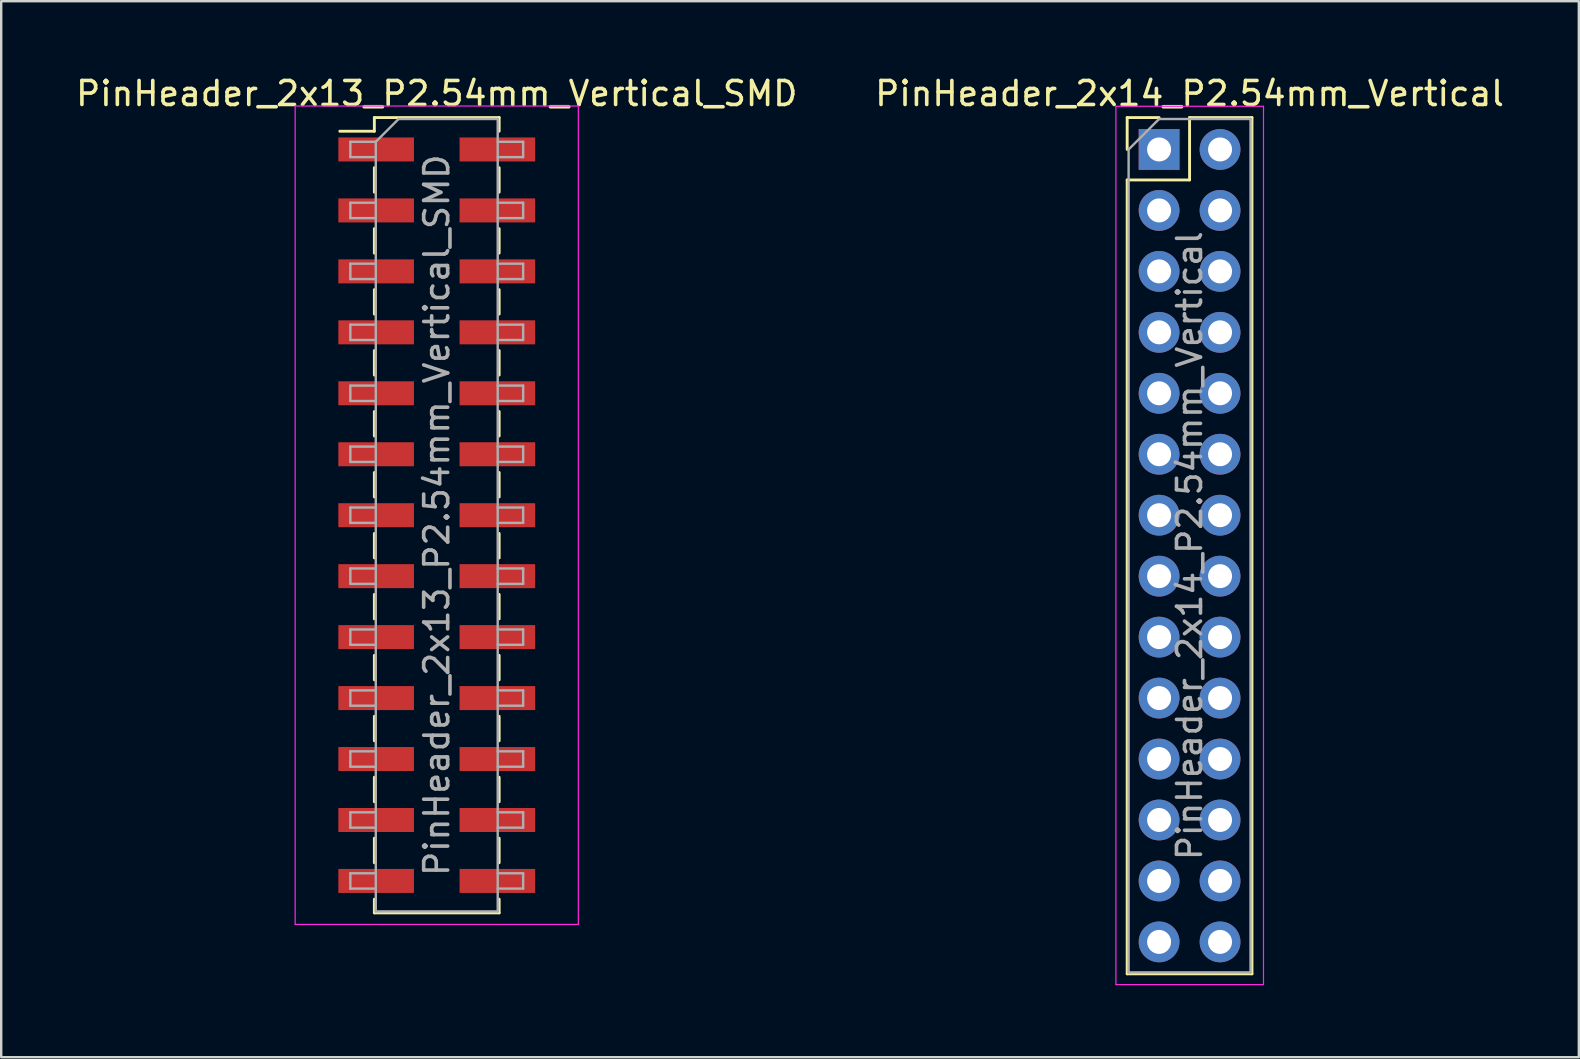
<source format=kicad_pcb>
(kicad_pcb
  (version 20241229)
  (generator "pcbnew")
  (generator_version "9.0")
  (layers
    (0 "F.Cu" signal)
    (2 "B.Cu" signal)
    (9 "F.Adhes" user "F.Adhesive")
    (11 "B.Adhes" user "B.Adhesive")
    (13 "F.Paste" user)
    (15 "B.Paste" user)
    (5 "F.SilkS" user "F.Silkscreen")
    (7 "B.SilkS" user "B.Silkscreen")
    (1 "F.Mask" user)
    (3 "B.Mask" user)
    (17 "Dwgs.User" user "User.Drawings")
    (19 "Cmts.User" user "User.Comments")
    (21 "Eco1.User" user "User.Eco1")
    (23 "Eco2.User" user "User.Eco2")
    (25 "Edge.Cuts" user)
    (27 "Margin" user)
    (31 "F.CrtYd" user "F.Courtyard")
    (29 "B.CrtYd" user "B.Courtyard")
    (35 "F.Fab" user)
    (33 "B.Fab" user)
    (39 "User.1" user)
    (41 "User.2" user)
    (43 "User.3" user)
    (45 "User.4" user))
  (footprint "PinHeader_2x14_P2.54mm_Vertical"
    (layer "F.Cu")
    (at 45.248 3.178)
    (property "Reference" "PinHeader_2x14_P2.54mm_Vertical" (at 1.27 -2.33 0) (layer "F.SilkS") (effects (font (size 1 1) (thickness 0.15))))
    (attr through_hole)
    (fp_line (start -1.33 -1.33) (end 0 -1.33) (stroke (width 0.12) (type solid)) (layer "F.SilkS"))
    (fp_line (start -1.33 0) (end -1.33 -1.33) (stroke (width 0.12) (type solid)) (layer "F.SilkS"))
    (fp_line (start -1.33 1.27) (end -1.33 34.35) (stroke (width 0.12) (type solid)) (layer "F.SilkS"))
    (fp_line (start -1.33 1.27) (end 1.27 1.27) (stroke (width 0.12) (type solid)) (layer "F.SilkS"))
    (fp_line (start -1.33 34.35) (end 3.87 34.35) (stroke (width 0.12) (type solid)) (layer "F.SilkS"))
    (fp_line (start 1.27 -1.33) (end 3.87 -1.33) (stroke (width 0.12) (type solid)) (layer "F.SilkS"))
    (fp_line (start 1.27 1.27) (end 1.27 -1.33) (stroke (width 0.12) (type solid)) (layer "F.SilkS"))
    (fp_line (start 3.87 -1.33) (end 3.87 34.35) (stroke (width 0.12) (type solid)) (layer "F.SilkS"))
    (fp_line (start -1.8 -1.8) (end -1.8 34.8) (stroke (width 0.05) (type solid)) (layer "F.CrtYd"))
    (fp_line (start -1.8 34.8) (end 4.35 34.8) (stroke (width 0.05) (type solid)) (layer "F.CrtYd"))
    (fp_line (start 4.35 -1.8) (end -1.8 -1.8) (stroke (width 0.05) (type solid)) (layer "F.CrtYd"))
    (fp_line (start 4.35 34.8) (end 4.35 -1.8) (stroke (width 0.05) (type solid)) (layer "F.CrtYd"))
    (fp_line (start -1.27 0) (end 0 -1.27) (stroke (width 0.1) (type solid)) (layer "F.Fab"))
    (fp_line (start -1.27 34.29) (end -1.27 0) (stroke (width 0.1) (type solid)) (layer "F.Fab"))
    (fp_line (start 0 -1.27) (end 3.81 -1.27) (stroke (width 0.1) (type solid)) (layer "F.Fab"))
    (fp_line (start 3.81 -1.27) (end 3.81 34.29) (stroke (width 0.1) (type solid)) (layer "F.Fab"))
    (fp_line (start 3.81 34.29) (end -1.27 34.29) (stroke (width 0.1) (type solid)) (layer "F.Fab"))
    (fp_text user "${REFERENCE}" (at 1.27 16.51 90) (layer "F.Fab") (effects (font (size 1 1) (thickness 0.15))))
    (pad "1" thru_hole rect (at 0 0) (size 1.7 1.7) (drill 1) (layers "*.Cu" "*.Mask"))
    (pad "2" thru_hole oval (at 2.54 0) (size 1.7 1.7) (drill 1) (layers "*.Cu" "*.Mask"))
    (pad "3" thru_hole oval (at 0 2.54) (size 1.7 1.7) (drill 1) (layers "*.Cu" "*.Mask"))
    (pad "4" thru_hole oval (at 2.54 2.54) (size 1.7 1.7) (drill 1) (layers "*.Cu" "*.Mask"))
    (pad "5" thru_hole oval (at 0 5.08) (size 1.7 1.7) (drill 1) (layers "*.Cu" "*.Mask"))
    (pad "6" thru_hole oval (at 2.54 5.08) (size 1.7 1.7) (drill 1) (layers "*.Cu" "*.Mask"))
    (pad "7" thru_hole oval (at 0 7.62) (size 1.7 1.7) (drill 1) (layers "*.Cu" "*.Mask"))
    (pad "8" thru_hole oval (at 2.54 7.62) (size 1.7 1.7) (drill 1) (layers "*.Cu" "*.Mask"))
    (pad "9" thru_hole oval (at 0 10.16) (size 1.7 1.7) (drill 1) (layers "*.Cu" "*.Mask"))
    (pad "10" thru_hole oval (at 2.54 10.16) (size 1.7 1.7) (drill 1) (layers "*.Cu" "*.Mask"))
    (pad "11" thru_hole oval (at 0 12.7) (size 1.7 1.7) (drill 1) (layers "*.Cu" "*.Mask"))
    (pad "12" thru_hole oval (at 2.54 12.7) (size 1.7 1.7) (drill 1) (layers "*.Cu" "*.Mask"))
    (pad "13" thru_hole oval (at 0 15.24) (size 1.7 1.7) (drill 1) (layers "*.Cu" "*.Mask"))
    (pad "14" thru_hole oval (at 2.54 15.24) (size 1.7 1.7) (drill 1) (layers "*.Cu" "*.Mask"))
    (pad "15" thru_hole oval (at 0 17.78) (size 1.7 1.7) (drill 1) (layers "*.Cu" "*.Mask"))
    (pad "16" thru_hole oval (at 2.54 17.78) (size 1.7 1.7) (drill 1) (layers "*.Cu" "*.Mask"))
    (pad "17" thru_hole oval (at 0 20.32) (size 1.7 1.7) (drill 1) (layers "*.Cu" "*.Mask"))
    (pad "18" thru_hole oval (at 2.54 20.32) (size 1.7 1.7) (drill 1) (layers "*.Cu" "*.Mask"))
    (pad "19" thru_hole oval (at 0 22.86) (size 1.7 1.7) (drill 1) (layers "*.Cu" "*.Mask"))
    (pad "20" thru_hole oval (at 2.54 22.86) (size 1.7 1.7) (drill 1) (layers "*.Cu" "*.Mask"))
    (pad "21" thru_hole oval (at 0 25.4) (size 1.7 1.7) (drill 1) (layers "*.Cu" "*.Mask"))
    (pad "22" thru_hole oval (at 2.54 25.4) (size 1.7 1.7) (drill 1) (layers "*.Cu" "*.Mask"))
    (pad "23" thru_hole oval (at 0 27.94) (size 1.7 1.7) (drill 1) (layers "*.Cu" "*.Mask"))
    (pad "24" thru_hole oval (at 2.54 27.94) (size 1.7 1.7) (drill 1) (layers "*.Cu" "*.Mask"))
    (pad "25" thru_hole oval (at 0 30.48) (size 1.7 1.7) (drill 1) (layers "*.Cu" "*.Mask"))
    (pad "26" thru_hole oval (at 2.54 30.48) (size 1.7 1.7) (drill 1) (layers "*.Cu" "*.Mask"))
    (pad "27" thru_hole oval (at 0 33.02) (size 1.7 1.7) (drill 1) (layers "*.Cu" "*.Mask"))
    (pad "28" thru_hole oval (at 2.54 33.02) (size 1.7 1.7) (drill 1) (layers "*.Cu" "*.Mask")))
  (footprint "PinHeader_2x13_P2.54mm_Vertical_SMD"
    (layer "F.Cu")
    (at 15.149 18.418)
    (property "Reference" "PinHeader_2x13_P2.54mm_Vertical_SMD" (at 0 -17.57 0) (layer "F.SilkS") (effects (font (size 1 1) (thickness 0.15))))
    (attr smd)
    (fp_line (start -4.04 -16) (end -2.6 -16) (stroke (width 0.12) (type solid)) (layer "F.SilkS"))
    (fp_line (start -2.6 -16.57) (end -2.6 -16) (stroke (width 0.12) (type solid)) (layer "F.SilkS"))
    (fp_line (start -2.6 -16.57) (end 2.6 -16.57) (stroke (width 0.12) (type solid)) (layer "F.SilkS"))
    (fp_line (start -2.6 -14.48) (end -2.6 -13.46) (stroke (width 0.12) (type solid)) (layer "F.SilkS"))
    (fp_line (start -2.6 -11.94) (end -2.6 -10.92) (stroke (width 0.12) (type solid)) (layer "F.SilkS"))
    (fp_line (start -2.6 -9.4) (end -2.6 -8.38) (stroke (width 0.12) (type solid)) (layer "F.SilkS"))
    (fp_line (start -2.6 -6.86) (end -2.6 -5.84) (stroke (width 0.12) (type solid)) (layer "F.SilkS"))
    (fp_line (start -2.6 -4.32) (end -2.6 -3.3) (stroke (width 0.12) (type solid)) (layer "F.SilkS"))
    (fp_line (start -2.6 -1.78) (end -2.6 -0.76) (stroke (width 0.12) (type solid)) (layer "F.SilkS"))
    (fp_line (start -2.6 0.76) (end -2.6 1.78) (stroke (width 0.12) (type solid)) (layer "F.SilkS"))
    (fp_line (start -2.6 3.3) (end -2.6 4.32) (stroke (width 0.12) (type solid)) (layer "F.SilkS"))
    (fp_line (start -2.6 5.84) (end -2.6 6.86) (stroke (width 0.12) (type solid)) (layer "F.SilkS"))
    (fp_line (start -2.6 8.38) (end -2.6 9.4) (stroke (width 0.12) (type solid)) (layer "F.SilkS"))
    (fp_line (start -2.6 10.92) (end -2.6 11.94) (stroke (width 0.12) (type solid)) (layer "F.SilkS"))
    (fp_line (start -2.6 13.46) (end -2.6 14.48) (stroke (width 0.12) (type solid)) (layer "F.SilkS"))
    (fp_line (start -2.6 16) (end -2.6 16.57) (stroke (width 0.12) (type solid)) (layer "F.SilkS"))
    (fp_line (start -2.6 16.57) (end 2.6 16.57) (stroke (width 0.12) (type solid)) (layer "F.SilkS"))
    (fp_line (start 2.6 -16.57) (end 2.6 -16) (stroke (width 0.12) (type solid)) (layer "F.SilkS"))
    (fp_line (start 2.6 -14.48) (end 2.6 -13.46) (stroke (width 0.12) (type solid)) (layer "F.SilkS"))
    (fp_line (start 2.6 -11.94) (end 2.6 -10.92) (stroke (width 0.12) (type solid)) (layer "F.SilkS"))
    (fp_line (start 2.6 -9.4) (end 2.6 -8.38) (stroke (width 0.12) (type solid)) (layer "F.SilkS"))
    (fp_line (start 2.6 -6.86) (end 2.6 -5.84) (stroke (width 0.12) (type solid)) (layer "F.SilkS"))
    (fp_line (start 2.6 -4.32) (end 2.6 -3.3) (stroke (width 0.12) (type solid)) (layer "F.SilkS"))
    (fp_line (start 2.6 -1.78) (end 2.6 -0.76) (stroke (width 0.12) (type solid)) (layer "F.SilkS"))
    (fp_line (start 2.6 0.76) (end 2.6 1.78) (stroke (width 0.12) (type solid)) (layer "F.SilkS"))
    (fp_line (start 2.6 3.3) (end 2.6 4.32) (stroke (width 0.12) (type solid)) (layer "F.SilkS"))
    (fp_line (start 2.6 5.84) (end 2.6 6.86) (stroke (width 0.12) (type solid)) (layer "F.SilkS"))
    (fp_line (start 2.6 8.38) (end 2.6 9.4) (stroke (width 0.12) (type solid)) (layer "F.SilkS"))
    (fp_line (start 2.6 10.92) (end 2.6 11.94) (stroke (width 0.12) (type solid)) (layer "F.SilkS"))
    (fp_line (start 2.6 13.46) (end 2.6 14.48) (stroke (width 0.12) (type solid)) (layer "F.SilkS"))
    (fp_line (start 2.6 16) (end 2.6 16.57) (stroke (width 0.12) (type solid)) (layer "F.SilkS"))
    (fp_line (start -5.9 -17.05) (end -5.9 17.05) (stroke (width 0.05) (type solid)) (layer "F.CrtYd"))
    (fp_line (start -5.9 17.05) (end 5.9 17.05) (stroke (width 0.05) (type solid)) (layer "F.CrtYd"))
    (fp_line (start 5.9 -17.05) (end -5.9 -17.05) (stroke (width 0.05) (type solid)) (layer "F.CrtYd"))
    (fp_line (start 5.9 17.05) (end 5.9 -17.05) (stroke (width 0.05) (type solid)) (layer "F.CrtYd"))
    (fp_line (start -3.6 -15.56) (end -3.6 -14.92) (stroke (width 0.1) (type solid)) (layer "F.Fab"))
    (fp_line (start -3.6 -14.92) (end -2.54 -14.92) (stroke (width 0.1) (type solid)) (layer "F.Fab"))
    (fp_line (start -3.6 -13.02) (end -3.6 -12.38) (stroke (width 0.1) (type solid)) (layer "F.Fab"))
    (fp_line (start -3.6 -12.38) (end -2.54 -12.38) (stroke (width 0.1) (type solid)) (layer "F.Fab"))
    (fp_line (start -3.6 -10.48) (end -3.6 -9.84) (stroke (width 0.1) (type solid)) (layer "F.Fab"))
    (fp_line (start -3.6 -9.84) (end -2.54 -9.84) (stroke (width 0.1) (type solid)) (layer "F.Fab"))
    (fp_line (start -3.6 -7.94) (end -3.6 -7.3) (stroke (width 0.1) (type solid)) (layer "F.Fab"))
    (fp_line (start -3.6 -7.3) (end -2.54 -7.3) (stroke (width 0.1) (type solid)) (layer "F.Fab"))
    (fp_line (start -3.6 -5.4) (end -3.6 -4.76) (stroke (width 0.1) (type solid)) (layer "F.Fab"))
    (fp_line (start -3.6 -4.76) (end -2.54 -4.76) (stroke (width 0.1) (type solid)) (layer "F.Fab"))
    (fp_line (start -3.6 -2.86) (end -3.6 -2.22) (stroke (width 0.1) (type solid)) (layer "F.Fab"))
    (fp_line (start -3.6 -2.22) (end -2.54 -2.22) (stroke (width 0.1) (type solid)) (layer "F.Fab"))
    (fp_line (start -3.6 -0.32) (end -3.6 0.32) (stroke (width 0.1) (type solid)) (layer "F.Fab"))
    (fp_line (start -3.6 0.32) (end -2.54 0.32) (stroke (width 0.1) (type solid)) (layer "F.Fab"))
    (fp_line (start -3.6 2.22) (end -3.6 2.86) (stroke (width 0.1) (type solid)) (layer "F.Fab"))
    (fp_line (start -3.6 2.86) (end -2.54 2.86) (stroke (width 0.1) (type solid)) (layer "F.Fab"))
    (fp_line (start -3.6 4.76) (end -3.6 5.4) (stroke (width 0.1) (type solid)) (layer "F.Fab"))
    (fp_line (start -3.6 5.4) (end -2.54 5.4) (stroke (width 0.1) (type solid)) (layer "F.Fab"))
    (fp_line (start -3.6 7.3) (end -3.6 7.94) (stroke (width 0.1) (type solid)) (layer "F.Fab"))
    (fp_line (start -3.6 7.94) (end -2.54 7.94) (stroke (width 0.1) (type solid)) (layer "F.Fab"))
    (fp_line (start -3.6 9.84) (end -3.6 10.48) (stroke (width 0.1) (type solid)) (layer "F.Fab"))
    (fp_line (start -3.6 10.48) (end -2.54 10.48) (stroke (width 0.1) (type solid)) (layer "F.Fab"))
    (fp_line (start -3.6 12.38) (end -3.6 13.02) (stroke (width 0.1) (type solid)) (layer "F.Fab"))
    (fp_line (start -3.6 13.02) (end -2.54 13.02) (stroke (width 0.1) (type solid)) (layer "F.Fab"))
    (fp_line (start -3.6 14.92) (end -3.6 15.56) (stroke (width 0.1) (type solid)) (layer "F.Fab"))
    (fp_line (start -3.6 15.56) (end -2.54 15.56) (stroke (width 0.1) (type solid)) (layer "F.Fab"))
    (fp_line (start -2.54 -15.56) (end -3.6 -15.56) (stroke (width 0.1) (type solid)) (layer "F.Fab"))
    (fp_line (start -2.54 -15.56) (end -1.59 -16.51) (stroke (width 0.1) (type solid)) (layer "F.Fab"))
    (fp_line (start -2.54 -13.02) (end -3.6 -13.02) (stroke (width 0.1) (type solid)) (layer "F.Fab"))
    (fp_line (start -2.54 -10.48) (end -3.6 -10.48) (stroke (width 0.1) (type solid)) (layer "F.Fab"))
    (fp_line (start -2.54 -7.94) (end -3.6 -7.94) (stroke (width 0.1) (type solid)) (layer "F.Fab"))
    (fp_line (start -2.54 -5.4) (end -3.6 -5.4) (stroke (width 0.1) (type solid)) (layer "F.Fab"))
    (fp_line (start -2.54 -2.86) (end -3.6 -2.86) (stroke (width 0.1) (type solid)) (layer "F.Fab"))
    (fp_line (start -2.54 -0.32) (end -3.6 -0.32) (stroke (width 0.1) (type solid)) (layer "F.Fab"))
    (fp_line (start -2.54 2.22) (end -3.6 2.22) (stroke (width 0.1) (type solid)) (layer "F.Fab"))
    (fp_line (start -2.54 4.76) (end -3.6 4.76) (stroke (width 0.1) (type solid)) (layer "F.Fab"))
    (fp_line (start -2.54 7.3) (end -3.6 7.3) (stroke (width 0.1) (type solid)) (layer "F.Fab"))
    (fp_line (start -2.54 9.84) (end -3.6 9.84) (stroke (width 0.1) (type solid)) (layer "F.Fab"))
    (fp_line (start -2.54 12.38) (end -3.6 12.38) (stroke (width 0.1) (type solid)) (layer "F.Fab"))
    (fp_line (start -2.54 14.92) (end -3.6 14.92) (stroke (width 0.1) (type solid)) (layer "F.Fab"))
    (fp_line (start -2.54 16.51) (end -2.54 -15.56) (stroke (width 0.1) (type solid)) (layer "F.Fab"))
    (fp_line (start -1.59 -16.51) (end 2.54 -16.51) (stroke (width 0.1) (type solid)) (layer "F.Fab"))
    (fp_line (start 2.54 -16.51) (end 2.54 16.51) (stroke (width 0.1) (type solid)) (layer "F.Fab"))
    (fp_line (start 2.54 -15.56) (end 3.6 -15.56) (stroke (width 0.1) (type solid)) (layer "F.Fab"))
    (fp_line (start 2.54 -13.02) (end 3.6 -13.02) (stroke (width 0.1) (type solid)) (layer "F.Fab"))
    (fp_line (start 2.54 -10.48) (end 3.6 -10.48) (stroke (width 0.1) (type solid)) (layer "F.Fab"))
    (fp_line (start 2.54 -7.94) (end 3.6 -7.94) (stroke (width 0.1) (type solid)) (layer "F.Fab"))
    (fp_line (start 2.54 -5.4) (end 3.6 -5.4) (stroke (width 0.1) (type solid)) (layer "F.Fab"))
    (fp_line (start 2.54 -2.86) (end 3.6 -2.86) (stroke (width 0.1) (type solid)) (layer "F.Fab"))
    (fp_line (start 2.54 -0.32) (end 3.6 -0.32) (stroke (width 0.1) (type solid)) (layer "F.Fab"))
    (fp_line (start 2.54 2.22) (end 3.6 2.22) (stroke (width 0.1) (type solid)) (layer "F.Fab"))
    (fp_line (start 2.54 4.76) (end 3.6 4.76) (stroke (width 0.1) (type solid)) (layer "F.Fab"))
    (fp_line (start 2.54 7.3) (end 3.6 7.3) (stroke (width 0.1) (type solid)) (layer "F.Fab"))
    (fp_line (start 2.54 9.84) (end 3.6 9.84) (stroke (width 0.1) (type solid)) (layer "F.Fab"))
    (fp_line (start 2.54 12.38) (end 3.6 12.38) (stroke (width 0.1) (type solid)) (layer "F.Fab"))
    (fp_line (start 2.54 14.92) (end 3.6 14.92) (stroke (width 0.1) (type solid)) (layer "F.Fab"))
    (fp_line (start 2.54 16.51) (end -2.54 16.51) (stroke (width 0.1) (type solid)) (layer "F.Fab"))
    (fp_line (start 3.6 -15.56) (end 3.6 -14.92) (stroke (width 0.1) (type solid)) (layer "F.Fab"))
    (fp_line (start 3.6 -14.92) (end 2.54 -14.92) (stroke (width 0.1) (type solid)) (layer "F.Fab"))
    (fp_line (start 3.6 -13.02) (end 3.6 -12.38) (stroke (width 0.1) (type solid)) (layer "F.Fab"))
    (fp_line (start 3.6 -12.38) (end 2.54 -12.38) (stroke (width 0.1) (type solid)) (layer "F.Fab"))
    (fp_line (start 3.6 -10.48) (end 3.6 -9.84) (stroke (width 0.1) (type solid)) (layer "F.Fab"))
    (fp_line (start 3.6 -9.84) (end 2.54 -9.84) (stroke (width 0.1) (type solid)) (layer "F.Fab"))
    (fp_line (start 3.6 -7.94) (end 3.6 -7.3) (stroke (width 0.1) (type solid)) (layer "F.Fab"))
    (fp_line (start 3.6 -7.3) (end 2.54 -7.3) (stroke (width 0.1) (type solid)) (layer "F.Fab"))
    (fp_line (start 3.6 -5.4) (end 3.6 -4.76) (stroke (width 0.1) (type solid)) (layer "F.Fab"))
    (fp_line (start 3.6 -4.76) (end 2.54 -4.76) (stroke (width 0.1) (type solid)) (layer "F.Fab"))
    (fp_line (start 3.6 -2.86) (end 3.6 -2.22) (stroke (width 0.1) (type solid)) (layer "F.Fab"))
    (fp_line (start 3.6 -2.22) (end 2.54 -2.22) (stroke (width 0.1) (type solid)) (layer "F.Fab"))
    (fp_line (start 3.6 -0.32) (end 3.6 0.32) (stroke (width 0.1) (type solid)) (layer "F.Fab"))
    (fp_line (start 3.6 0.32) (end 2.54 0.32) (stroke (width 0.1) (type solid)) (layer "F.Fab"))
    (fp_line (start 3.6 2.22) (end 3.6 2.86) (stroke (width 0.1) (type solid)) (layer "F.Fab"))
    (fp_line (start 3.6 2.86) (end 2.54 2.86) (stroke (width 0.1) (type solid)) (layer "F.Fab"))
    (fp_line (start 3.6 4.76) (end 3.6 5.4) (stroke (width 0.1) (type solid)) (layer "F.Fab"))
    (fp_line (start 3.6 5.4) (end 2.54 5.4) (stroke (width 0.1) (type solid)) (layer "F.Fab"))
    (fp_line (start 3.6 7.3) (end 3.6 7.94) (stroke (width 0.1) (type solid)) (layer "F.Fab"))
    (fp_line (start 3.6 7.94) (end 2.54 7.94) (stroke (width 0.1) (type solid)) (layer "F.Fab"))
    (fp_line (start 3.6 9.84) (end 3.6 10.48) (stroke (width 0.1) (type solid)) (layer "F.Fab"))
    (fp_line (start 3.6 10.48) (end 2.54 10.48) (stroke (width 0.1) (type solid)) (layer "F.Fab"))
    (fp_line (start 3.6 12.38) (end 3.6 13.02) (stroke (width 0.1) (type solid)) (layer "F.Fab"))
    (fp_line (start 3.6 13.02) (end 2.54 13.02) (stroke (width 0.1) (type solid)) (layer "F.Fab"))
    (fp_line (start 3.6 14.92) (end 3.6 15.56) (stroke (width 0.1) (type solid)) (layer "F.Fab"))
    (fp_line (start 3.6 15.56) (end 2.54 15.56) (stroke (width 0.1) (type solid)) (layer "F.Fab"))
    (fp_text user "${REFERENCE}" (at 0 0 90) (layer "F.Fab") (effects (font (size 1 1) (thickness 0.15))))
    (pad "1" smd rect (at -2.525 -15.24) (size 3.15 1) (layers "F.Cu" "F.Mask" "F.Paste"))
    (pad "2" smd rect (at 2.525 -15.24) (size 3.15 1) (layers "F.Cu" "F.Mask" "F.Paste"))
    (pad "3" smd rect (at -2.525 -12.7) (size 3.15 1) (layers "F.Cu" "F.Mask" "F.Paste"))
    (pad "4" smd rect (at 2.525 -12.7) (size 3.15 1) (layers "F.Cu" "F.Mask" "F.Paste"))
    (pad "5" smd rect (at -2.525 -10.16) (size 3.15 1) (layers "F.Cu" "F.Mask" "F.Paste"))
    (pad "6" smd rect (at 2.525 -10.16) (size 3.15 1) (layers "F.Cu" "F.Mask" "F.Paste"))
    (pad "7" smd rect (at -2.525 -7.62) (size 3.15 1) (layers "F.Cu" "F.Mask" "F.Paste"))
    (pad "8" smd rect (at 2.525 -7.62) (size 3.15 1) (layers "F.Cu" "F.Mask" "F.Paste"))
    (pad "9" smd rect (at -2.525 -5.08) (size 3.15 1) (layers "F.Cu" "F.Mask" "F.Paste"))
    (pad "10" smd rect (at 2.525 -5.08) (size 3.15 1) (layers "F.Cu" "F.Mask" "F.Paste"))
    (pad "11" smd rect (at -2.525 -2.54) (size 3.15 1) (layers "F.Cu" "F.Mask" "F.Paste"))
    (pad "12" smd rect (at 2.525 -2.54) (size 3.15 1) (layers "F.Cu" "F.Mask" "F.Paste"))
    (pad "13" smd rect (at -2.525 0) (size 3.15 1) (layers "F.Cu" "F.Mask" "F.Paste"))
    (pad "14" smd rect (at 2.525 0) (size 3.15 1) (layers "F.Cu" "F.Mask" "F.Paste"))
    (pad "15" smd rect (at -2.525 2.54) (size 3.15 1) (layers "F.Cu" "F.Mask" "F.Paste"))
    (pad "16" smd rect (at 2.525 2.54) (size 3.15 1) (layers "F.Cu" "F.Mask" "F.Paste"))
    (pad "17" smd rect (at -2.525 5.08) (size 3.15 1) (layers "F.Cu" "F.Mask" "F.Paste"))
    (pad "18" smd rect (at 2.525 5.08) (size 3.15 1) (layers "F.Cu" "F.Mask" "F.Paste"))
    (pad "19" smd rect (at -2.525 7.62) (size 3.15 1) (layers "F.Cu" "F.Mask" "F.Paste"))
    (pad "20" smd rect (at 2.525 7.62) (size 3.15 1) (layers "F.Cu" "F.Mask" "F.Paste"))
    (pad "21" smd rect (at -2.525 10.16) (size 3.15 1) (layers "F.Cu" "F.Mask" "F.Paste"))
    (pad "22" smd rect (at 2.525 10.16) (size 3.15 1) (layers "F.Cu" "F.Mask" "F.Paste"))
    (pad "23" smd rect (at -2.525 12.7) (size 3.15 1) (layers "F.Cu" "F.Mask" "F.Paste"))
    (pad "24" smd rect (at 2.525 12.7) (size 3.15 1) (layers "F.Cu" "F.Mask" "F.Paste"))
    (pad "25" smd rect (at -2.525 15.24) (size 3.15 1) (layers "F.Cu" "F.Mask" "F.Paste"))
    (pad "26" smd rect (at 2.525 15.24) (size 3.15 1) (layers "F.Cu" "F.Mask" "F.Paste")))
  (gr_rect
    (start -3 -3)
    (end 62.738 41.003)
    (stroke (width 0.1) (type default))
    (fill no)
    (layer "Edge.Cuts")))
</source>
